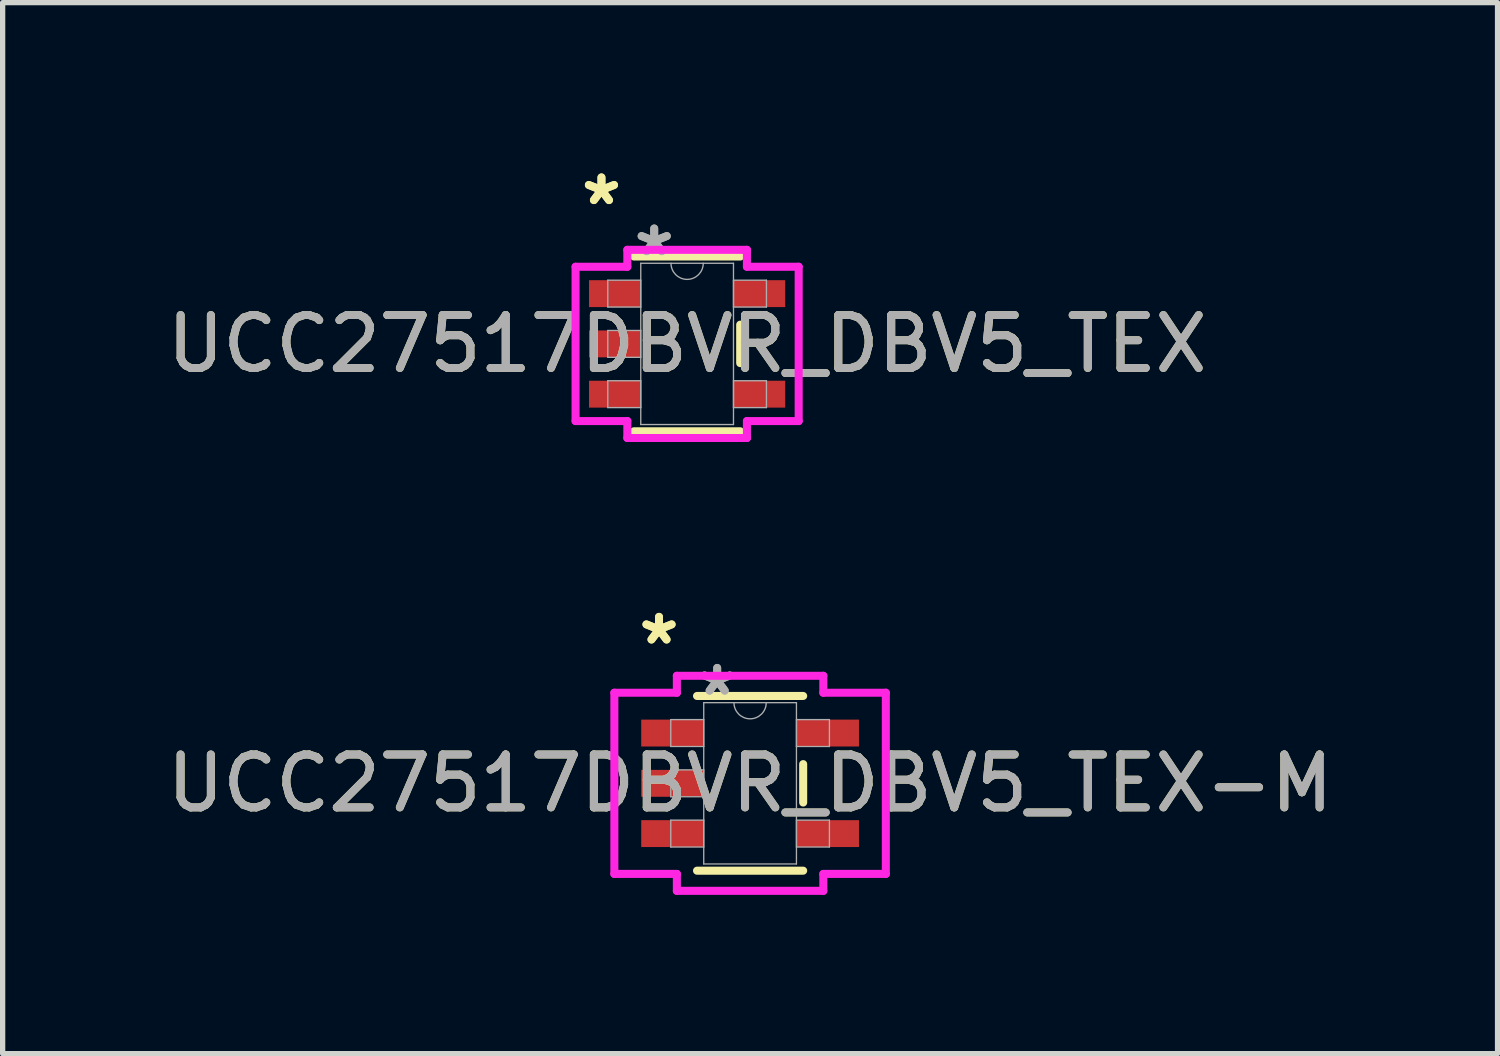
<source format=kicad_pcb>
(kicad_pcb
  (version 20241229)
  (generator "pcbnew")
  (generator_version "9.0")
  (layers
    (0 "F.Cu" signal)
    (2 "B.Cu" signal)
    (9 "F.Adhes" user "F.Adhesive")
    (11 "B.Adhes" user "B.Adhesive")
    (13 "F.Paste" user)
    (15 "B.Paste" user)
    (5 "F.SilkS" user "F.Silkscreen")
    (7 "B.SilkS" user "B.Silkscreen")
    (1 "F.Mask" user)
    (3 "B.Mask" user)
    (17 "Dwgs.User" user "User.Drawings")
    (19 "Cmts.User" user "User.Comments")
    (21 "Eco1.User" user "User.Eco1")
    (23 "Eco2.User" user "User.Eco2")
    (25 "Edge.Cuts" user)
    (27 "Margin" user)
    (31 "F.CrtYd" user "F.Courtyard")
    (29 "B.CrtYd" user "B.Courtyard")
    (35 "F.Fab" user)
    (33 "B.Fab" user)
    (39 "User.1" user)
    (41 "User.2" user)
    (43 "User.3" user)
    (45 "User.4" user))
  (footprint "UCC27517DBVR_DBV5_TEX"
    (layer "F.Cu")
    (at 9.935 3.449)
    (property "Reference" "UCC27517DBVR_DBV5_TEX" (at 0 0 0) (unlocked yes) (layer "F.SilkS") (effects (font (size 1 1) (thickness 0.15))))
    (attr smd)
    (fp_line (start -1.003 1.651) (end 1.003 1.651) (stroke (width 0.152) (type solid)) (layer "F.SilkS"))
    (fp_line (start 1.003 -1.651) (end -1.003 -1.651) (stroke (width 0.152) (type solid)) (layer "F.SilkS"))
    (fp_line (start 1.003 0.363) (end 1.003 -0.363) (stroke (width 0.152) (type solid)) (layer "F.SilkS"))
    (fp_line (start -2.108 -1.458) (end -1.13 -1.458) (stroke (width 0.152) (type solid)) (layer "F.CrtYd"))
    (fp_line (start -2.108 1.458) (end -2.108 -1.458) (stroke (width 0.152) (type solid)) (layer "F.CrtYd"))
    (fp_line (start -1.13 -1.778) (end 1.13 -1.778) (stroke (width 0.152) (type solid)) (layer "F.CrtYd"))
    (fp_line (start -1.13 -1.458) (end -1.13 -1.778) (stroke (width 0.152) (type solid)) (layer "F.CrtYd"))
    (fp_line (start -1.13 1.458) (end -2.108 1.458) (stroke (width 0.152) (type solid)) (layer "F.CrtYd"))
    (fp_line (start -1.13 1.778) (end -1.13 1.458) (stroke (width 0.152) (type solid)) (layer "F.CrtYd"))
    (fp_line (start 1.13 -1.778) (end 1.13 -1.458) (stroke (width 0.152) (type solid)) (layer "F.CrtYd"))
    (fp_line (start 1.13 -1.458) (end 2.108 -1.458) (stroke (width 0.152) (type solid)) (layer "F.CrtYd"))
    (fp_line (start 1.13 1.458) (end 1.13 1.778) (stroke (width 0.152) (type solid)) (layer "F.CrtYd"))
    (fp_line (start 1.13 1.778) (end -1.13 1.778) (stroke (width 0.152) (type solid)) (layer "F.CrtYd"))
    (fp_line (start 2.108 -1.458) (end 2.108 1.458) (stroke (width 0.152) (type solid)) (layer "F.CrtYd"))
    (fp_line (start 2.108 1.458) (end 1.13 1.458) (stroke (width 0.152) (type solid)) (layer "F.CrtYd"))
    (fp_line (start -1.499 -1.204) (end -1.499 -0.696) (stroke (width 0.025) (type solid)) (layer "F.Fab"))
    (fp_line (start -1.499 -0.696) (end -0.876 -0.696) (stroke (width 0.025) (type solid)) (layer "F.Fab"))
    (fp_line (start -1.499 -0.254) (end -1.499 0.254) (stroke (width 0.025) (type solid)) (layer "F.Fab"))
    (fp_line (start -1.499 0.254) (end -0.876 0.254) (stroke (width 0.025) (type solid)) (layer "F.Fab"))
    (fp_line (start -1.499 0.696) (end -1.499 1.204) (stroke (width 0.025) (type solid)) (layer "F.Fab"))
    (fp_line (start -1.499 1.204) (end -0.876 1.204) (stroke (width 0.025) (type solid)) (layer "F.Fab"))
    (fp_line (start -0.876 -1.524) (end -0.876 1.524) (stroke (width 0.025) (type solid)) (layer "F.Fab"))
    (fp_line (start -0.876 -1.204) (end -1.499 -1.204) (stroke (width 0.025) (type solid)) (layer "F.Fab"))
    (fp_line (start -0.876 -0.696) (end -0.876 -1.204) (stroke (width 0.025) (type solid)) (layer "F.Fab"))
    (fp_line (start -0.876 -0.254) (end -1.499 -0.254) (stroke (width 0.025) (type solid)) (layer "F.Fab"))
    (fp_line (start -0.876 0.254) (end -0.876 -0.254) (stroke (width 0.025) (type solid)) (layer "F.Fab"))
    (fp_line (start -0.876 0.696) (end -1.499 0.696) (stroke (width 0.025) (type solid)) (layer "F.Fab"))
    (fp_line (start -0.876 1.204) (end -0.876 0.696) (stroke (width 0.025) (type solid)) (layer "F.Fab"))
    (fp_line (start -0.876 1.524) (end 0.876 1.524) (stroke (width 0.025) (type solid)) (layer "F.Fab"))
    (fp_line (start 0.876 -1.524) (end -0.876 -1.524) (stroke (width 0.025) (type solid)) (layer "F.Fab"))
    (fp_line (start 0.876 -1.204) (end 0.876 -0.696) (stroke (width 0.025) (type solid)) (layer "F.Fab"))
    (fp_line (start 0.876 -0.696) (end 1.499 -0.696) (stroke (width 0.025) (type solid)) (layer "F.Fab"))
    (fp_line (start 0.876 0.696) (end 0.876 1.204) (stroke (width 0.025) (type solid)) (layer "F.Fab"))
    (fp_line (start 0.876 1.204) (end 1.499 1.204) (stroke (width 0.025) (type solid)) (layer "F.Fab"))
    (fp_line (start 0.876 1.524) (end 0.876 -1.524) (stroke (width 0.025) (type solid)) (layer "F.Fab"))
    (fp_line (start 1.499 -1.204) (end 0.876 -1.204) (stroke (width 0.025) (type solid)) (layer "F.Fab"))
    (fp_line (start 1.499 -0.696) (end 1.499 -1.204) (stroke (width 0.025) (type solid)) (layer "F.Fab"))
    (fp_line (start 1.499 0.696) (end 0.876 0.696) (stroke (width 0.025) (type solid)) (layer "F.Fab"))
    (fp_line (start 1.499 1.204) (end 1.499 0.696) (stroke (width 0.025) (type solid)) (layer "F.Fab"))
    (fp_arc (start 0.3048 -1.524) (mid 0 -1.2192) (end -0.3048 -1.524) (stroke (width 0.0254) (type solid)) (layer "F.Fab"))
    (fp_text user "*" (at -1.619 -2.601 0) (unlocked yes) (layer "F.SilkS") (effects (font (size 1 1) (thickness 0.15))))
    (fp_text user "*" (at -1.619 -2.601 0) (layer "F.SilkS") (effects (font (size 1 1) (thickness 0.15))))
    (fp_text user "*" (at -0.622 -1.636 0) (unlocked yes) (layer "F.Fab") (effects (font (size 1 1) (thickness 0.15))))
    (fp_text user "${REFERENCE}" (at 0 0 0) (unlocked yes) (layer "F.Fab") (effects (font (size 1 1) (thickness 0.15))))
    (fp_text user "*" (at -0.622 -1.636 0) (layer "F.Fab") (effects (font (size 1 1) (thickness 0.15))))
    (pad "1" smd rect (at -1.365 -0.95) (size 0.978 0.508) (layers "F.Cu" "F.Mask" "F.Paste"))
    (pad "2" smd rect (at -1.365 0) (size 0.978 0.508) (layers "F.Cu" "F.Mask" "F.Paste"))
    (pad "3" smd rect (at -1.365 0.95) (size 0.978 0.508) (layers "F.Cu" "F.Mask" "F.Paste"))
    (pad "4" smd rect (at 1.365 0.95) (size 0.978 0.508) (layers "F.Cu" "F.Mask" "F.Paste"))
    (pad "5" smd rect (at 1.365 -0.95) (size 0.978 0.508) (layers "F.Cu" "F.Mask" "F.Paste")))
  (footprint "UCC27517DBVR_DBV5_TEX-M"
    (layer "F.Cu")
    (at 11.125 11.753)
    (property "Reference" "UCC27517DBVR_DBV5_TEX-M" (at 0 0 0) (unlocked yes) (layer "F.SilkS") (effects (font (size 1 1) (thickness 0.15))))
    (attr smd)
    (fp_line (start -1.003 1.651) (end 1.003 1.651) (stroke (width 0.152) (type solid)) (layer "F.SilkS"))
    (fp_line (start 1.003 -1.651) (end -1.003 -1.651) (stroke (width 0.152) (type solid)) (layer "F.SilkS"))
    (fp_line (start 1.003 0.363) (end 1.003 -0.363) (stroke (width 0.152) (type solid)) (layer "F.SilkS"))
    (fp_line (start -2.565 -1.712) (end -1.384 -1.712) (stroke (width 0.152) (type solid)) (layer "F.CrtYd"))
    (fp_line (start -2.565 1.712) (end -2.565 -1.712) (stroke (width 0.152) (type solid)) (layer "F.CrtYd"))
    (fp_line (start -1.384 -2.032) (end 1.384 -2.032) (stroke (width 0.152) (type solid)) (layer "F.CrtYd"))
    (fp_line (start -1.384 -1.712) (end -1.384 -2.032) (stroke (width 0.152) (type solid)) (layer "F.CrtYd"))
    (fp_line (start -1.384 1.712) (end -2.565 1.712) (stroke (width 0.152) (type solid)) (layer "F.CrtYd"))
    (fp_line (start -1.384 2.032) (end -1.384 1.712) (stroke (width 0.152) (type solid)) (layer "F.CrtYd"))
    (fp_line (start 1.384 -2.032) (end 1.384 -1.712) (stroke (width 0.152) (type solid)) (layer "F.CrtYd"))
    (fp_line (start 1.384 -1.712) (end 2.565 -1.712) (stroke (width 0.152) (type solid)) (layer "F.CrtYd"))
    (fp_line (start 1.384 1.712) (end 1.384 2.032) (stroke (width 0.152) (type solid)) (layer "F.CrtYd"))
    (fp_line (start 1.384 2.032) (end -1.384 2.032) (stroke (width 0.152) (type solid)) (layer "F.CrtYd"))
    (fp_line (start 2.565 -1.712) (end 2.565 1.712) (stroke (width 0.152) (type solid)) (layer "F.CrtYd"))
    (fp_line (start 2.565 1.712) (end 1.384 1.712) (stroke (width 0.152) (type solid)) (layer "F.CrtYd"))
    (fp_line (start -1.499 -1.204) (end -1.499 -0.696) (stroke (width 0.025) (type solid)) (layer "F.Fab"))
    (fp_line (start -1.499 -0.696) (end -0.876 -0.696) (stroke (width 0.025) (type solid)) (layer "F.Fab"))
    (fp_line (start -1.499 -0.254) (end -1.499 0.254) (stroke (width 0.025) (type solid)) (layer "F.Fab"))
    (fp_line (start -1.499 0.254) (end -0.876 0.254) (stroke (width 0.025) (type solid)) (layer "F.Fab"))
    (fp_line (start -1.499 0.696) (end -1.499 1.204) (stroke (width 0.025) (type solid)) (layer "F.Fab"))
    (fp_line (start -1.499 1.204) (end -0.876 1.204) (stroke (width 0.025) (type solid)) (layer "F.Fab"))
    (fp_line (start -0.876 -1.524) (end -0.876 1.524) (stroke (width 0.025) (type solid)) (layer "F.Fab"))
    (fp_line (start -0.876 -1.204) (end -1.499 -1.204) (stroke (width 0.025) (type solid)) (layer "F.Fab"))
    (fp_line (start -0.876 -0.696) (end -0.876 -1.204) (stroke (width 0.025) (type solid)) (layer "F.Fab"))
    (fp_line (start -0.876 -0.254) (end -1.499 -0.254) (stroke (width 0.025) (type solid)) (layer "F.Fab"))
    (fp_line (start -0.876 0.254) (end -0.876 -0.254) (stroke (width 0.025) (type solid)) (layer "F.Fab"))
    (fp_line (start -0.876 0.696) (end -1.499 0.696) (stroke (width 0.025) (type solid)) (layer "F.Fab"))
    (fp_line (start -0.876 1.204) (end -0.876 0.696) (stroke (width 0.025) (type solid)) (layer "F.Fab"))
    (fp_line (start -0.876 1.524) (end 0.876 1.524) (stroke (width 0.025) (type solid)) (layer "F.Fab"))
    (fp_line (start 0.876 -1.524) (end -0.876 -1.524) (stroke (width 0.025) (type solid)) (layer "F.Fab"))
    (fp_line (start 0.876 -1.204) (end 0.876 -0.696) (stroke (width 0.025) (type solid)) (layer "F.Fab"))
    (fp_line (start 0.876 -0.696) (end 1.499 -0.696) (stroke (width 0.025) (type solid)) (layer "F.Fab"))
    (fp_line (start 0.876 0.696) (end 0.876 1.204) (stroke (width 0.025) (type solid)) (layer "F.Fab"))
    (fp_line (start 0.876 1.204) (end 1.499 1.204) (stroke (width 0.025) (type solid)) (layer "F.Fab"))
    (fp_line (start 0.876 1.524) (end 0.876 -1.524) (stroke (width 0.025) (type solid)) (layer "F.Fab"))
    (fp_line (start 1.499 -1.204) (end 0.876 -1.204) (stroke (width 0.025) (type solid)) (layer "F.Fab"))
    (fp_line (start 1.499 -0.696) (end 1.499 -1.204) (stroke (width 0.025) (type solid)) (layer "F.Fab"))
    (fp_line (start 1.499 0.696) (end 0.876 0.696) (stroke (width 0.025) (type solid)) (layer "F.Fab"))
    (fp_line (start 1.499 1.204) (end 1.499 0.696) (stroke (width 0.025) (type solid)) (layer "F.Fab"))
    (fp_arc (start 0.3048 -1.524) (mid 0 -1.2192) (end -0.3048 -1.524) (stroke (width 0.0254) (type solid)) (layer "F.Fab"))
    (fp_text user "*" (at -1.721 -2.601 0) (unlocked yes) (layer "F.SilkS") (effects (font (size 1 1) (thickness 0.15))))
    (fp_text user "*" (at -1.721 -2.601 0) (layer "F.SilkS") (effects (font (size 1 1) (thickness 0.15))))
    (fp_text user "*" (at -0.622 -1.636 0) (unlocked yes) (layer "F.Fab") (effects (font (size 1 1) (thickness 0.15))))
    (fp_text user "${REFERENCE}" (at 0 0 0) (unlocked yes) (layer "F.Fab") (effects (font (size 1 1) (thickness 0.15))))
    (fp_text user "*" (at -0.622 -1.636 0) (layer "F.Fab") (effects (font (size 1 1) (thickness 0.15))))
    (pad "1" smd rect (at -1.467 -0.95) (size 1.181 0.508) (layers "F.Cu" "F.Mask" "F.Paste"))
    (pad "2" smd rect (at -1.467 0) (size 1.181 0.508) (layers "F.Cu" "F.Mask" "F.Paste"))
    (pad "3" smd rect (at -1.467 0.95) (size 1.181 0.508) (layers "F.Cu" "F.Mask" "F.Paste"))
    (pad "4" smd rect (at 1.467 0.95) (size 1.181 0.508) (layers "F.Cu" "F.Mask" "F.Paste"))
    (pad "5" smd rect (at 1.467 -0.95) (size 1.181 0.508) (layers "F.Cu" "F.Mask" "F.Paste")))
  (gr_rect
    (start -3 -3)
    (end 25.25 16.861)
    (stroke (width 0.1) (type default))
    (fill no)
    (layer "Edge.Cuts")))
</source>
